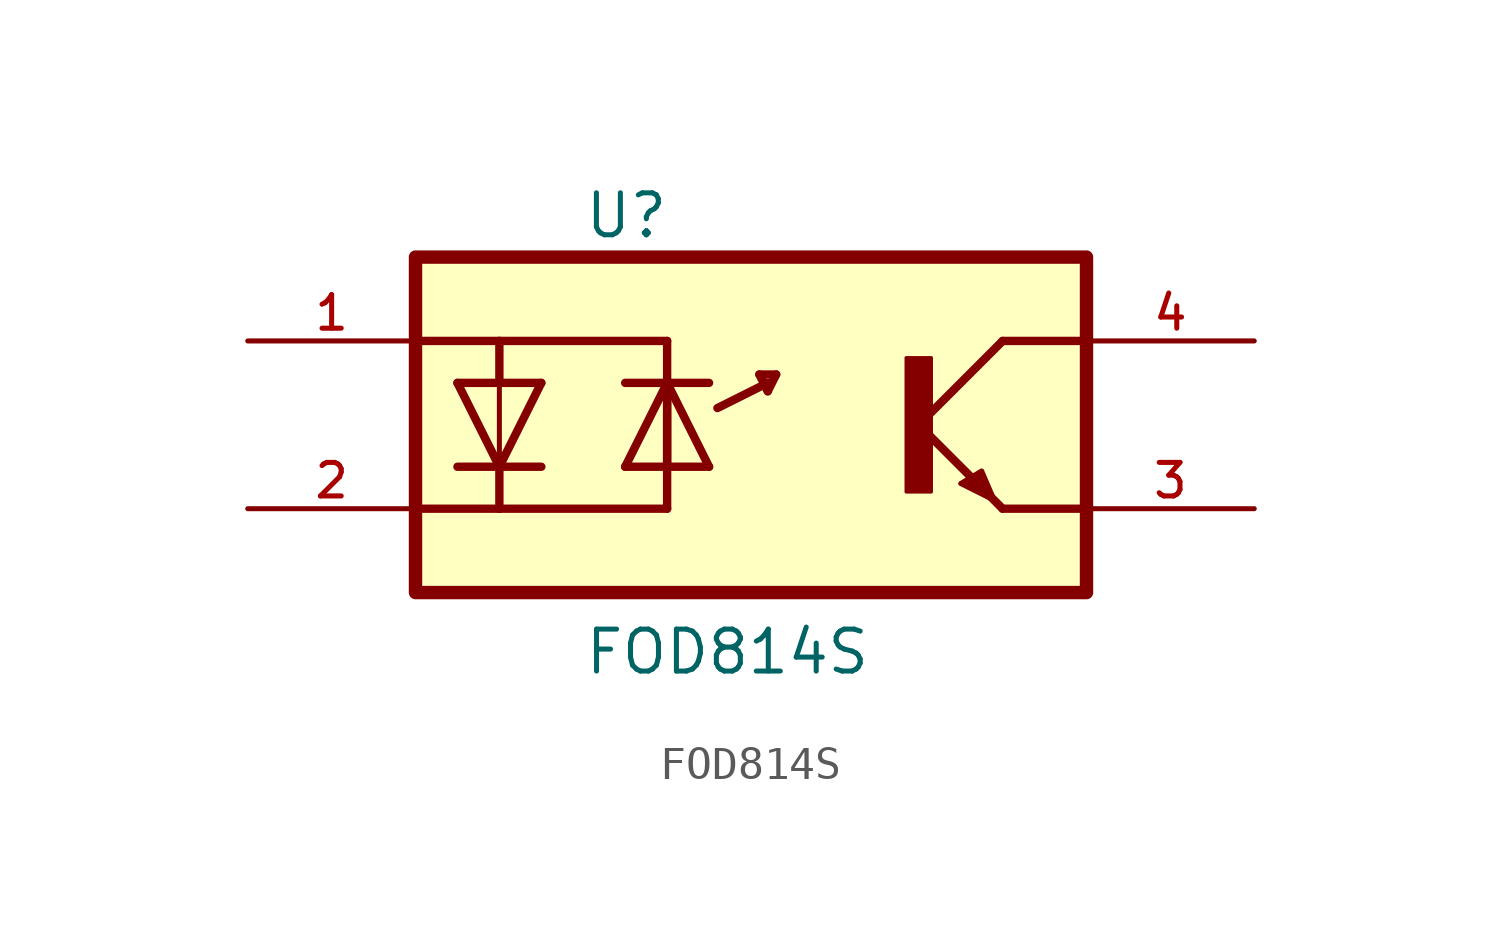
<source format=kicad_sym>
(kicad_symbol_lib
  (version 20231120)
  (generator "kicad_symbol_editor")
  (generator_version "8.0")
  (symbol "FOD814S"
    (pin_names
      (offset 1.016))
    (property "Reference" "U"
      (at -5.084 5.592 0)
      (effects (font (size 1.27 1.27)) (justify left bottom)))
    (property "Value" "FOD814S"
      (at -5.08 -7.62 0)
      (effects (font (size 1.27 1.27)) (justify left bottom)))
    (symbol "FOD814S_0_0"
      (rectangle (start -10.16 -5.08) (end 10.16 5.08) (stroke (width 0.406) (type default)) (fill (type background)))
      (polyline (pts (xy -7.62 -2.54) (xy -10.16 -2.54)) (stroke (width 0.254) (type default)) (fill (type none)))
      (polyline (pts (xy -7.62 -2.54) (xy -2.54 -2.54)) (stroke (width 0.254) (type default)) (fill (type none)))
      (polyline (pts (xy -7.62 -1.27) (xy -8.89 -1.27)) (stroke (width 0.254) (type default)) (fill (type none)))
      (polyline (pts (xy -7.62 -1.27) (xy -8.89 1.27)) (stroke (width 0.254) (type default)) (fill (type none)))
      (polyline (pts (xy -7.62 -1.27) (xy -7.62 -2.54)) (stroke (width 0.254) (type default)) (fill (type none)))
      (polyline (pts (xy -7.62 1.27) (xy -8.89 1.27)) (stroke (width 0.254) (type default)) (fill (type none)))
      (polyline (pts (xy -7.62 1.27) (xy -7.62 -1.27)) (stroke (width 0.152) (type default)) (fill (type none)))
      (polyline (pts (xy -7.62 1.27) (xy -7.62 2.54)) (stroke (width 0.254) (type default)) (fill (type none)))
      (polyline (pts (xy -7.62 2.54) (xy -10.16 2.54)) (stroke (width 0.254) (type default)) (fill (type none)))
      (polyline (pts (xy -7.62 2.54) (xy -2.54 2.54)) (stroke (width 0.254) (type default)) (fill (type none)))
      (polyline (pts (xy -6.35 -1.27) (xy -7.62 -1.27)) (stroke (width 0.254) (type default)) (fill (type none)))
      (polyline (pts (xy -6.35 1.27) (xy -7.62 -1.27)) (stroke (width 0.254) (type default)) (fill (type none)))
      (polyline (pts (xy -6.35 1.27) (xy -7.62 1.27)) (stroke (width 0.254) (type default)) (fill (type none)))
      (polyline (pts (xy -3.81 -1.27) (xy -2.54 -1.27)) (stroke (width 0.254) (type default)) (fill (type none)))
      (polyline (pts (xy -3.81 -1.27) (xy -2.54 1.27)) (stroke (width 0.254) (type default)) (fill (type none)))
      (polyline (pts (xy -3.81 1.27) (xy -2.54 1.27)) (stroke (width 0.254) (type default)) (fill (type none)))
      (polyline (pts (xy -2.54 -1.27) (xy -2.54 1.27)) (stroke (width 0.152) (type default)) (fill (type none)))
      (polyline (pts (xy -2.54 -1.27) (xy -2.54 2.54)) (stroke (width 0.254) (type default)) (fill (type none)))
      (polyline (pts (xy -2.54 -1.27) (xy -1.27 -1.27)) (stroke (width 0.254) (type default)) (fill (type none)))
      (polyline (pts (xy -2.54 1.27) (xy -2.54 -2.54)) (stroke (width 0.254) (type default)) (fill (type none)))
      (polyline (pts (xy -2.54 1.27) (xy -1.27 -1.27)) (stroke (width 0.254) (type default)) (fill (type none)))
      (polyline (pts (xy -2.54 1.27) (xy -1.27 1.27)) (stroke (width 0.254) (type default)) (fill (type none)))
      (polyline (pts (xy -1.016 0.508) (xy 0.508 1.27)) (stroke (width 0.254) (type default)) (fill (type none)))
      (polyline (pts (xy 0.254 1.524) (xy 0.508 1.016)) (stroke (width 0.254) (type default)) (fill (type none)))
      (polyline (pts (xy 0.508 1.016) (xy 0.762 1.524)) (stroke (width 0.254) (type default)) (fill (type none)))
      (polyline (pts (xy 0.762 1.524) (xy 0.254 1.524)) (stroke (width 0.254) (type default)) (fill (type none)))
      (polyline (pts (xy 5.08 0) (xy 7.62 -2.54)) (stroke (width 0.254) (type default)) (fill (type none)))
      (polyline (pts (xy 7.62 -2.54) (xy 10.16 -2.54)) (stroke (width 0.254) (type default)) (fill (type none)))
      (polyline (pts (xy 7.62 2.54) (xy 5.08 0)) (stroke (width 0.254) (type default)) (fill (type none)))
      (polyline (pts (xy 7.62 2.54) (xy 10.16 2.54)) (stroke (width 0.254) (type default)) (fill (type none)))
      (polyline (pts (xy 6.985 -1.397) (xy 7.366 -2.286) (xy 6.35 -1.778) (xy 6.985 -1.397)) (stroke (width 0.152) (type default)) (fill (type outline)))
      (rectangle (start 4.699 -2.032) (end 5.461 2.032) (stroke (width 0.1) (type default)) (fill (type outline)))
      (pin input line (at -15.24 2.54 0) (length 5.08) (name "~" (effects (font (size 1.016 1.016)))) (number "1" (effects (font (size 1.016 1.016)))))
      (pin output line (at -15.24 -2.54 0) (length 5.08) (name "~" (effects (font (size 1.016 1.016)))) (number "2" (effects (font (size 1.016 1.016)))))
      (pin output line (at 15.24 -2.54 180) (length 5.08) (name "~" (effects (font (size 1.016 1.016)))) (number "3" (effects (font (size 1.016 1.016)))))
      (pin input line (at 15.24 2.54 180) (length 5.08) (name "~" (effects (font (size 1.016 1.016)))) (number "4" (effects (font (size 1.016 1.016))))))))
</source>
